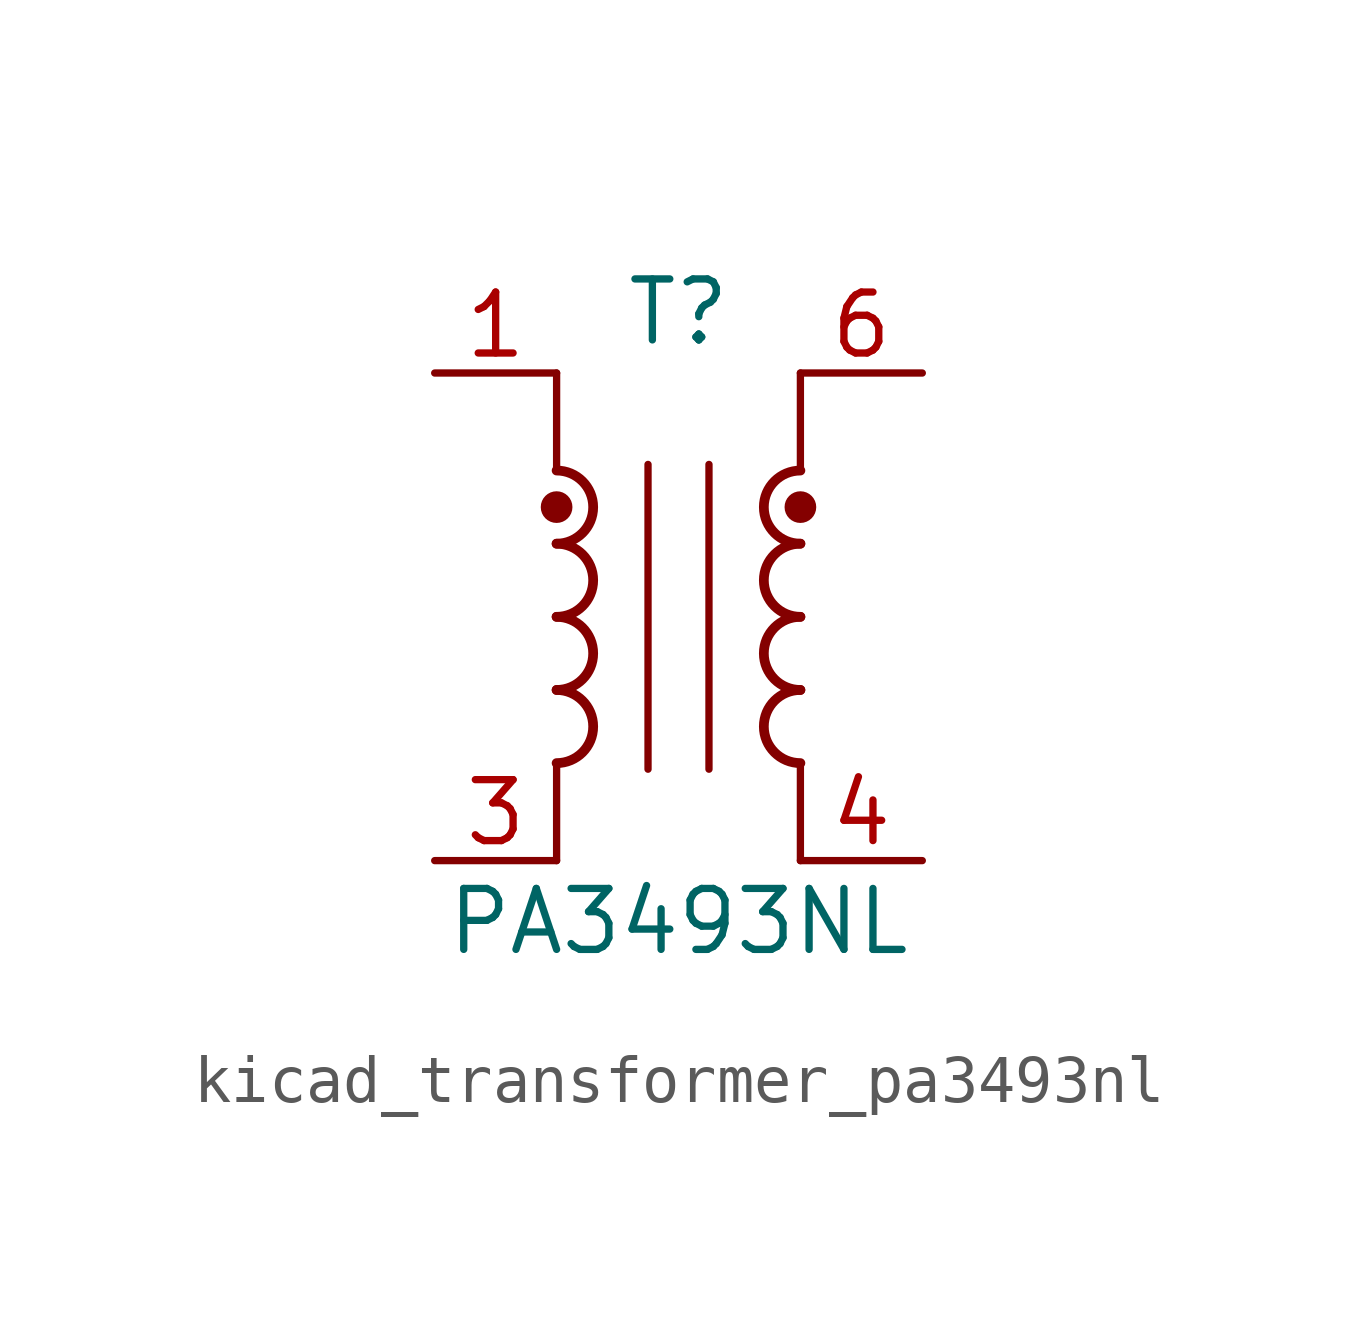
<source format=kicad_sym>
(kicad_symbol_lib
  (version 20220914)
  (generator kicad_symbol_editor)
  (symbol "kicad_transformer_pa3493nl"
    (pin_names hide)
    (property "Reference" "T"
      (at 0 6.35 0)
      (effects (font (size 1.27 1.27))))
    (property "Value" "PA3493NL"
      (at 0 -6.35 0)
      (effects (font (size 1.27 1.27))))
    (symbol "kicad_transformer_pa3493nl_0_1"
      (arc (start -2.54 -3.048) (mid -1.7813 -2.286) (end -2.54 -1.524) (stroke (width 0.2032) (type default)) (fill (type none)))
      (arc (start -2.54 -1.524) (mid -1.7813 -0.762) (end -2.54 0) (stroke (width 0.2032) (type default)) (fill (type none)))
      (arc (start -2.54 0) (mid -1.7813 0.762) (end -2.54 1.524) (stroke (width 0.2032) (type default)) (fill (type none)))
      (circle (center -2.54 2.286) (radius 0.254) (stroke (width 0) (type default)) (fill (type outline)))
      (polyline (pts (xy -2.54 -3.048) (xy -2.54 -5.08)) (stroke (width 0) (type default)) (fill (type none)))
      (polyline (pts (xy -2.54 5.08) (xy -2.54 3.048)) (stroke (width 0) (type default)) (fill (type none)))
      (polyline (pts (xy -0.635 3.175) (xy -0.635 -3.175)) (stroke (width 0) (type default)) (fill (type none)))
      (polyline (pts (xy 0.635 3.175) (xy 0.635 -3.175)) (stroke (width 0) (type default)) (fill (type none)))
      (polyline (pts (xy 2.54 -3.048) (xy 2.54 -5.08)) (stroke (width 0) (type default)) (fill (type none)))
      (polyline (pts (xy 2.54 5.08) (xy 2.54 3.048)) (stroke (width 0) (type default)) (fill (type none)))
      (arc (start 2.54 -1.524) (mid 1.7813 -2.286) (end 2.54 -3.048) (stroke (width 0.2032) (type default)) (fill (type none)))
      (arc (start 2.54 0) (mid 1.7813 -0.762) (end 2.54 -1.524) (stroke (width 0.2032) (type default)) (fill (type none)))
      (arc (start 2.54 1.524) (mid 1.7813 0.762) (end 2.54 0) (stroke (width 0.2032) (type default)) (fill (type none)))
      (circle (center 2.54 2.286) (radius 0.254) (stroke (width 0) (type default)) (fill (type outline)))
      (arc (start 2.54 3.048) (mid 1.7813 2.286) (end 2.54 1.524) (stroke (width 0.2032) (type default)) (fill (type none))))
    (symbol "kicad_transformer_pa3493nl_1_1"
      (arc (start -2.54 1.524) (mid -1.7813 2.286) (end -2.54 3.048) (stroke (width 0.2032) (type default)) (fill (type none)))
      (pin passive line (at -5.08 5.08 0) (length 2.54) (name "~" (effects (font (size 1.27 1.27)))) (number "1" (effects (font (size 1.27 1.27)))))
      (pin passive line (at -5.08 -5.08 0) (length 2.54) (name "~" (effects (font (size 1.27 1.27)))) (number "3" (effects (font (size 1.27 1.27)))))
      (pin passive line (at 5.08 -5.08 180) (length 2.54) (name "~" (effects (font (size 1.27 1.27)))) (number "4" (effects (font (size 1.27 1.27)))))
      (pin passive line (at 5.08 5.08 180) (length 2.54) (name "~" (effects (font (size 1.27 1.27)))) (number "6" (effects (font (size 1.27 1.27))))))))
</source>
